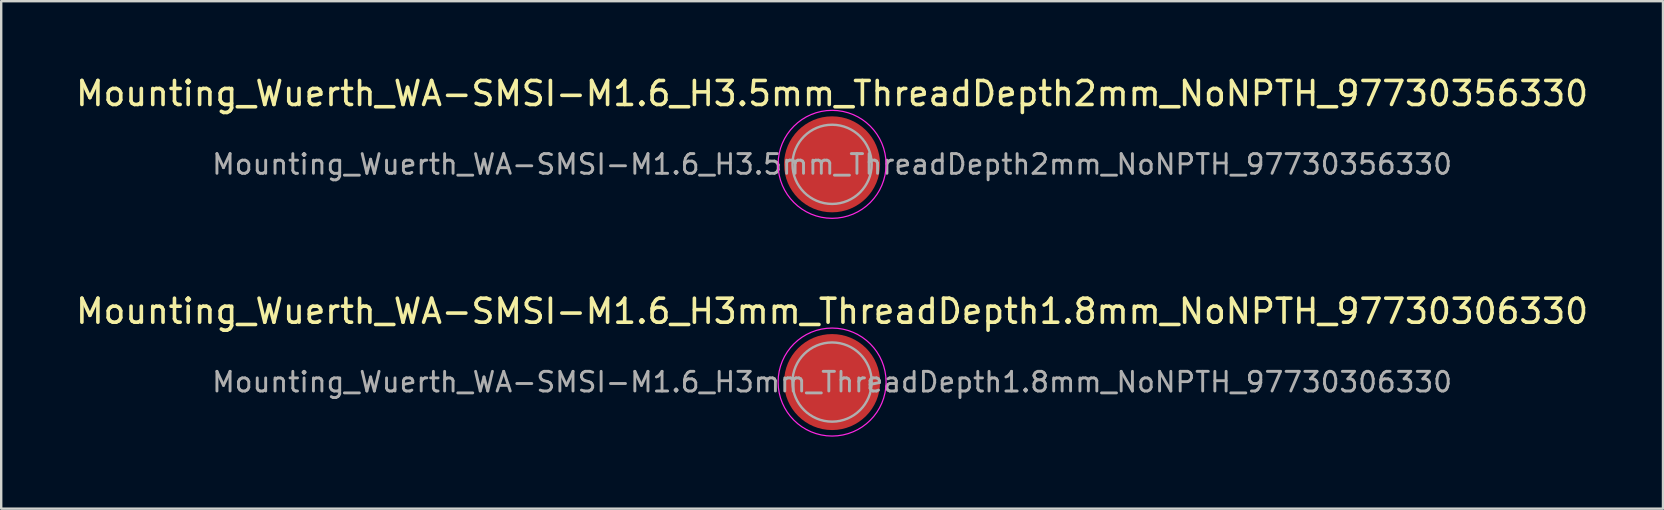
<source format=kicad_pcb>
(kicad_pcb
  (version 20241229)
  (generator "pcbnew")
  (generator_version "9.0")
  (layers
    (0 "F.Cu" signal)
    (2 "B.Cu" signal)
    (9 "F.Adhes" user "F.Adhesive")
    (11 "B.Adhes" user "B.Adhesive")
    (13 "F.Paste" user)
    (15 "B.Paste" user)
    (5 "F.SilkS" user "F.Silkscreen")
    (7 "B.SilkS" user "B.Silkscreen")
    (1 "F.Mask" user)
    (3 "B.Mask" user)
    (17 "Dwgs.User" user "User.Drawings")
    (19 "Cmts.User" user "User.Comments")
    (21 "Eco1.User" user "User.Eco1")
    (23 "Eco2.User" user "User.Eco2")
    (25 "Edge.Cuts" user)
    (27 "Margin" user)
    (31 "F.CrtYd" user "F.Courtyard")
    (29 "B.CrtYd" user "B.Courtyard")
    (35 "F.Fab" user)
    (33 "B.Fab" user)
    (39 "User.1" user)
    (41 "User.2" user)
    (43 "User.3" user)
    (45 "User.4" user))
  (footprint "Mounting_Wuerth_WA-SMSI-M1.6_H3.5mm_ThreadDepth2mm_NoNPTH_97730356330"
    (layer "F.Cu")
    (at 31.625 3.798)
    (property "Reference" "Mounting_Wuerth_WA-SMSI-M1.6_H3.5mm_ThreadDepth2mm_NoNPTH_97730356330" (at 0 -2.95 0) (layer "F.SilkS") (effects (font (size 1 1) (thickness 0.15))))
    (attr smd allow_soldermask_bridges)
    (fp_circle (center 0 0) (end 2.25 0) (stroke (width 0.05) (type solid)) (fill no) (layer "F.CrtYd"))
    (fp_circle (center 0 0) (end 1.65 0) (stroke (width 0.1) (type solid)) (fill no) (layer "F.Fab"))
    (fp_text user "${REFERENCE}" (at 0 0 0) (layer "F.Fab") (effects (font (size 0.82 0.82) (thickness 0.12))))
    (pad "" smd custom (at -0.778 -0.778) (size 0.8 0.8) (layers "F.Paste") (options (anchor circle)) (primitives (gr_arc (start 0.465568 0.527817) (mid 0.494975 0.494975) (end 0.527817 0.465568) (width 0.2)) (gr_arc (start 0.344805 0.527817) (mid 0.424264 0.424264) (end 0.527817 0.344805) (width 0.2)) (gr_arc (start 0.232382 0.527817) (mid 0.353553 0.353553) (end 0.527817 0.232382) (width 0.2)) (gr_arc (start 0.123983 0.527817) (mid 0.282843 0.282843) (end 0.527817 0.123983) (width 0.2)) (gr_arc (start 0.017883 0.527817) (mid 0.212132 0.212132) (end 0.527817 0.017883) (width 0.2)) (gr_arc (start -0.086763 0.527817) (mid 0.141421 0.141421) (end 0.527817 -0.086763) (width 0.2)) (gr_arc (start -0.190428 0.527817) (mid 0.070711 0.070711) (end 0.527817 -0.190428) (width 0.2)) (gr_arc (start -0.293397 0.527817) (mid 0 0) (end 0.527817 -0.293397) (width 0.2)) (gr_arc (start -0.395852 0.527817) (mid -0.070711 -0.070711) (end 0.527817 -0.395852) (width 0.2)) (gr_arc (start -0.497918 0.527817) (mid -0.141421 -0.141421) (end 0.527817 -0.497918) (width 0.2)) (gr_arc (start -0.59968 0.527817) (mid -0.212132 -0.212132) (end 0.527817 -0.59968) (width 0.2)) (gr_arc (start -0.701202 0.527817) (mid -0.282843 -0.282843) (end 0.527817 -0.701202) (width 0.2)) (gr_arc (start -0.802531 0.527817) (mid -0.353553 -0.353553) (end 0.527817 -0.802531) (width 0.2)) (gr_arc (start -0.9037 0.527817) (mid -0.424264 -0.424264) (end 0.527817 -0.9037) (width 0.2)) (gr_arc (start -1.004737 0.527817) (mid -0.494975 -0.494975) (end 0.527817 -1.004737) (width 0.2)) (gr_line (start 0.528 0.466) (end 0.528 -1.005) (width 0.2)) (gr_line (start 0.466 0.528) (end -1.005 0.528) (width 0.2))))
    (pad "" smd custom (at -0.778 0.778) (size 0.8 0.8) (layers "F.Paste") (options (anchor circle)) (primitives (gr_arc (start 0.527817 -0.465568) (mid 0.494975 -0.494975) (end 0.465568 -0.527817) (width 0.2)) (gr_arc (start 0.527817 -0.344805) (mid 0.424264 -0.424264) (end 0.344805 -0.527817) (width 0.2)) (gr_arc (start 0.527817 -0.232382) (mid 0.353553 -0.353553) (end 0.232382 -0.527817) (width 0.2)) (gr_arc (start 0.527817 -0.123983) (mid 0.282843 -0.282843) (end 0.123983 -0.527817) (width 0.2)) (gr_arc (start 0.527817 -0.017883) (mid 0.212132 -0.212132) (end 0.017883 -0.527817) (width 0.2)) (gr_arc (start 0.527817 0.086763) (mid 0.141421 -0.141421) (end -0.086763 -0.527817) (width 0.2)) (gr_arc (start 0.527817 0.190428) (mid 0.070711 -0.070711) (end -0.190428 -0.527817) (width 0.2)) (gr_arc (start 0.527817 0.293397) (mid 0 0) (end -0.293397 -0.527817) (width 0.2)) (gr_arc (start 0.527817 0.395852) (mid -0.070711 0.070711) (end -0.395852 -0.527817) (width 0.2)) (gr_arc (start 0.527817 0.497918) (mid -0.141421 0.141421) (end -0.497918 -0.527817) (width 0.2)) (gr_arc (start 0.527817 0.59968) (mid -0.212132 0.212132) (end -0.59968 -0.527817) (width 0.2)) (gr_arc (start 0.527817 0.701202) (mid -0.282843 0.282843) (end -0.701202 -0.527817) (width 0.2)) (gr_arc (start 0.527817 0.802531) (mid -0.353553 0.353553) (end -0.802531 -0.527817) (width 0.2)) (gr_arc (start 0.527817 0.9037) (mid -0.424264 0.424264) (end -0.9037 -0.527817) (width 0.2)) (gr_arc (start 0.527817 1.004737) (mid -0.494975 0.494975) (end -1.004737 -0.527817) (width 0.2)) (gr_line (start 0.466 -0.528) (end -1.005 -0.528) (width 0.2)) (gr_line (start 0.528 -0.466) (end 0.528 1.005) (width 0.2))))
    (pad "" smd custom (at 0.778 -0.778) (size 0.8 0.8) (layers "F.Paste") (options (anchor circle)) (primitives (gr_arc (start -0.527817 0.465568) (mid -0.494975 0.494975) (end -0.465568 0.527817) (width 0.2)) (gr_arc (start -0.527817 0.344805) (mid -0.424264 0.424264) (end -0.344805 0.527817) (width 0.2)) (gr_arc (start -0.527817 0.232382) (mid -0.353553 0.353553) (end -0.232382 0.527817) (width 0.2)) (gr_arc (start -0.527817 0.123983) (mid -0.282843 0.282843) (end -0.123983 0.527817) (width 0.2)) (gr_arc (start -0.527817 0.017883) (mid -0.212132 0.212132) (end -0.017883 0.527817) (width 0.2)) (gr_arc (start -0.527817 -0.086763) (mid -0.141421 0.141421) (end 0.086763 0.527817) (width 0.2)) (gr_arc (start -0.527817 -0.190428) (mid -0.070711 0.070711) (end 0.190428 0.527817) (width 0.2)) (gr_arc (start -0.527817 -0.293397) (mid 0 0) (end 0.293397 0.527817) (width 0.2)) (gr_arc (start -0.527817 -0.395852) (mid 0.070711 -0.070711) (end 0.395852 0.527817) (width 0.2)) (gr_arc (start -0.527817 -0.497918) (mid 0.141421 -0.141421) (end 0.497918 0.527817) (width 0.2)) (gr_arc (start -0.527817 -0.59968) (mid 0.212132 -0.212132) (end 0.59968 0.527817) (width 0.2)) (gr_arc (start -0.527817 -0.701202) (mid 0.282843 -0.282843) (end 0.701202 0.527817) (width 0.2)) (gr_arc (start -0.527817 -0.802531) (mid 0.353553 -0.353553) (end 0.802531 0.527817) (width 0.2)) (gr_arc (start -0.527817 -0.9037) (mid 0.424264 -0.424264) (end 0.9037 0.527817) (width 0.2)) (gr_arc (start -0.527817 -1.004737) (mid 0.494975 -0.494975) (end 1.004737 0.527817) (width 0.2)) (gr_line (start -0.466 0.528) (end 1.005 0.528) (width 0.2)) (gr_line (start -0.528 0.466) (end -0.528 -1.005) (width 0.2))))
    (pad "" smd custom (at 0.778 0.778) (size 0.8 0.8) (layers "F.Paste") (options (anchor circle)) (primitives (gr_arc (start -0.465568 -0.527817) (mid -0.494975 -0.494975) (end -0.527817 -0.465568) (width 0.2)) (gr_arc (start -0.344805 -0.527817) (mid -0.424264 -0.424264) (end -0.527817 -0.344805) (width 0.2)) (gr_arc (start -0.232382 -0.527817) (mid -0.353553 -0.353553) (end -0.527817 -0.232382) (width 0.2)) (gr_arc (start -0.123983 -0.527817) (mid -0.282843 -0.282843) (end -0.527817 -0.123983) (width 0.2)) (gr_arc (start -0.017883 -0.527817) (mid -0.212132 -0.212132) (end -0.527817 -0.017883) (width 0.2)) (gr_arc (start 0.086763 -0.527817) (mid -0.141421 -0.141421) (end -0.527817 0.086763) (width 0.2)) (gr_arc (start 0.190428 -0.527817) (mid -0.070711 -0.070711) (end -0.527817 0.190428) (width 0.2)) (gr_arc (start 0.293397 -0.527817) (mid 0 0) (end -0.527817 0.293397) (width 0.2)) (gr_arc (start 0.395852 -0.527817) (mid 0.070711 0.070711) (end -0.527817 0.395852) (width 0.2)) (gr_arc (start 0.497918 -0.527817) (mid 0.141421 0.141421) (end -0.527817 0.497918) (width 0.2)) (gr_arc (start 0.59968 -0.527817) (mid 0.212132 0.212132) (end -0.527817 0.59968) (width 0.2)) (gr_arc (start 0.701202 -0.527817) (mid 0.282843 0.282843) (end -0.527817 0.701202) (width 0.2)) (gr_arc (start 0.802531 -0.527817) (mid 0.353553 0.353553) (end -0.527817 0.802531) (width 0.2)) (gr_arc (start 0.9037 -0.527817) (mid 0.424264 0.424264) (end -0.527817 0.9037) (width 0.2)) (gr_arc (start 1.004737 -0.527817) (mid 0.494975 0.494975) (end -0.527817 1.004737) (width 0.2)) (gr_line (start -0.528 -0.466) (end -0.528 1.005) (width 0.2)) (gr_line (start -0.466 -0.528) (end 1.005 -0.528) (width 0.2))))
    (pad "1" smd circle (at 0 0) (size 4 4) (layers "F.Cu" "F.Mask")))
  (footprint "Mounting_Wuerth_WA-SMSI-M1.6_H3mm_ThreadDepth1.8mm_NoNPTH_97730306330"
    (layer "F.Cu")
    (at 31.625 12.871)
    (property "Reference" "Mounting_Wuerth_WA-SMSI-M1.6_H3mm_ThreadDepth1.8mm_NoNPTH_97730306330" (at 0 -2.95 0) (layer "F.SilkS") (effects (font (size 1 1) (thickness 0.15))))
    (attr smd allow_soldermask_bridges)
    (fp_circle (center 0 0) (end 2.25 0) (stroke (width 0.05) (type solid)) (fill no) (layer "F.CrtYd"))
    (fp_circle (center 0 0) (end 1.65 0) (stroke (width 0.1) (type solid)) (fill no) (layer "F.Fab"))
    (fp_text user "${REFERENCE}" (at 0 0 0) (layer "F.Fab") (effects (font (size 0.82 0.82) (thickness 0.12))))
    (pad "" smd custom (at -0.778 -0.778) (size 0.8 0.8) (layers "F.Paste") (options (anchor circle)) (primitives (gr_arc (start 0.465568 0.527817) (mid 0.494975 0.494975) (end 0.527817 0.465568) (width 0.2)) (gr_arc (start 0.344805 0.527817) (mid 0.424264 0.424264) (end 0.527817 0.344805) (width 0.2)) (gr_arc (start 0.232382 0.527817) (mid 0.353553 0.353553) (end 0.527817 0.232382) (width 0.2)) (gr_arc (start 0.123983 0.527817) (mid 0.282843 0.282843) (end 0.527817 0.123983) (width 0.2)) (gr_arc (start 0.017883 0.527817) (mid 0.212132 0.212132) (end 0.527817 0.017883) (width 0.2)) (gr_arc (start -0.086763 0.527817) (mid 0.141421 0.141421) (end 0.527817 -0.086763) (width 0.2)) (gr_arc (start -0.190428 0.527817) (mid 0.070711 0.070711) (end 0.527817 -0.190428) (width 0.2)) (gr_arc (start -0.293397 0.527817) (mid 0 0) (end 0.527817 -0.293397) (width 0.2)) (gr_arc (start -0.395852 0.527817) (mid -0.070711 -0.070711) (end 0.527817 -0.395852) (width 0.2)) (gr_arc (start -0.497918 0.527817) (mid -0.141421 -0.141421) (end 0.527817 -0.497918) (width 0.2)) (gr_arc (start -0.59968 0.527817) (mid -0.212132 -0.212132) (end 0.527817 -0.59968) (width 0.2)) (gr_arc (start -0.701202 0.527817) (mid -0.282843 -0.282843) (end 0.527817 -0.701202) (width 0.2)) (gr_arc (start -0.802531 0.527817) (mid -0.353553 -0.353553) (end 0.527817 -0.802531) (width 0.2)) (gr_arc (start -0.9037 0.527817) (mid -0.424264 -0.424264) (end 0.527817 -0.9037) (width 0.2)) (gr_arc (start -1.004737 0.527817) (mid -0.494975 -0.494975) (end 0.527817 -1.004737) (width 0.2)) (gr_line (start 0.528 0.466) (end 0.528 -1.005) (width 0.2)) (gr_line (start 0.466 0.528) (end -1.005 0.528) (width 0.2))))
    (pad "" smd custom (at -0.778 0.778) (size 0.8 0.8) (layers "F.Paste") (options (anchor circle)) (primitives (gr_arc (start 0.527817 -0.465568) (mid 0.494975 -0.494975) (end 0.465568 -0.527817) (width 0.2)) (gr_arc (start 0.527817 -0.344805) (mid 0.424264 -0.424264) (end 0.344805 -0.527817) (width 0.2)) (gr_arc (start 0.527817 -0.232382) (mid 0.353553 -0.353553) (end 0.232382 -0.527817) (width 0.2)) (gr_arc (start 0.527817 -0.123983) (mid 0.282843 -0.282843) (end 0.123983 -0.527817) (width 0.2)) (gr_arc (start 0.527817 -0.017883) (mid 0.212132 -0.212132) (end 0.017883 -0.527817) (width 0.2)) (gr_arc (start 0.527817 0.086763) (mid 0.141421 -0.141421) (end -0.086763 -0.527817) (width 0.2)) (gr_arc (start 0.527817 0.190428) (mid 0.070711 -0.070711) (end -0.190428 -0.527817) (width 0.2)) (gr_arc (start 0.527817 0.293397) (mid 0 0) (end -0.293397 -0.527817) (width 0.2)) (gr_arc (start 0.527817 0.395852) (mid -0.070711 0.070711) (end -0.395852 -0.527817) (width 0.2)) (gr_arc (start 0.527817 0.497918) (mid -0.141421 0.141421) (end -0.497918 -0.527817) (width 0.2)) (gr_arc (start 0.527817 0.59968) (mid -0.212132 0.212132) (end -0.59968 -0.527817) (width 0.2)) (gr_arc (start 0.527817 0.701202) (mid -0.282843 0.282843) (end -0.701202 -0.527817) (width 0.2)) (gr_arc (start 0.527817 0.802531) (mid -0.353553 0.353553) (end -0.802531 -0.527817) (width 0.2)) (gr_arc (start 0.527817 0.9037) (mid -0.424264 0.424264) (end -0.9037 -0.527817) (width 0.2)) (gr_arc (start 0.527817 1.004737) (mid -0.494975 0.494975) (end -1.004737 -0.527817) (width 0.2)) (gr_line (start 0.466 -0.528) (end -1.005 -0.528) (width 0.2)) (gr_line (start 0.528 -0.466) (end 0.528 1.005) (width 0.2))))
    (pad "" smd custom (at 0.778 -0.778) (size 0.8 0.8) (layers "F.Paste") (options (anchor circle)) (primitives (gr_arc (start -0.527817 0.465568) (mid -0.494975 0.494975) (end -0.465568 0.527817) (width 0.2)) (gr_arc (start -0.527817 0.344805) (mid -0.424264 0.424264) (end -0.344805 0.527817) (width 0.2)) (gr_arc (start -0.527817 0.232382) (mid -0.353553 0.353553) (end -0.232382 0.527817) (width 0.2)) (gr_arc (start -0.527817 0.123983) (mid -0.282843 0.282843) (end -0.123983 0.527817) (width 0.2)) (gr_arc (start -0.527817 0.017883) (mid -0.212132 0.212132) (end -0.017883 0.527817) (width 0.2)) (gr_arc (start -0.527817 -0.086763) (mid -0.141421 0.141421) (end 0.086763 0.527817) (width 0.2)) (gr_arc (start -0.527817 -0.190428) (mid -0.070711 0.070711) (end 0.190428 0.527817) (width 0.2)) (gr_arc (start -0.527817 -0.293397) (mid 0 0) (end 0.293397 0.527817) (width 0.2)) (gr_arc (start -0.527817 -0.395852) (mid 0.070711 -0.070711) (end 0.395852 0.527817) (width 0.2)) (gr_arc (start -0.527817 -0.497918) (mid 0.141421 -0.141421) (end 0.497918 0.527817) (width 0.2)) (gr_arc (start -0.527817 -0.59968) (mid 0.212132 -0.212132) (end 0.59968 0.527817) (width 0.2)) (gr_arc (start -0.527817 -0.701202) (mid 0.282843 -0.282843) (end 0.701202 0.527817) (width 0.2)) (gr_arc (start -0.527817 -0.802531) (mid 0.353553 -0.353553) (end 0.802531 0.527817) (width 0.2)) (gr_arc (start -0.527817 -0.9037) (mid 0.424264 -0.424264) (end 0.9037 0.527817) (width 0.2)) (gr_arc (start -0.527817 -1.004737) (mid 0.494975 -0.494975) (end 1.004737 0.527817) (width 0.2)) (gr_line (start -0.466 0.528) (end 1.005 0.528) (width 0.2)) (gr_line (start -0.528 0.466) (end -0.528 -1.005) (width 0.2))))
    (pad "" smd custom (at 0.778 0.778) (size 0.8 0.8) (layers "F.Paste") (options (anchor circle)) (primitives (gr_arc (start -0.465568 -0.527817) (mid -0.494975 -0.494975) (end -0.527817 -0.465568) (width 0.2)) (gr_arc (start -0.344805 -0.527817) (mid -0.424264 -0.424264) (end -0.527817 -0.344805) (width 0.2)) (gr_arc (start -0.232382 -0.527817) (mid -0.353553 -0.353553) (end -0.527817 -0.232382) (width 0.2)) (gr_arc (start -0.123983 -0.527817) (mid -0.282843 -0.282843) (end -0.527817 -0.123983) (width 0.2)) (gr_arc (start -0.017883 -0.527817) (mid -0.212132 -0.212132) (end -0.527817 -0.017883) (width 0.2)) (gr_arc (start 0.086763 -0.527817) (mid -0.141421 -0.141421) (end -0.527817 0.086763) (width 0.2)) (gr_arc (start 0.190428 -0.527817) (mid -0.070711 -0.070711) (end -0.527817 0.190428) (width 0.2)) (gr_arc (start 0.293397 -0.527817) (mid 0 0) (end -0.527817 0.293397) (width 0.2)) (gr_arc (start 0.395852 -0.527817) (mid 0.070711 0.070711) (end -0.527817 0.395852) (width 0.2)) (gr_arc (start 0.497918 -0.527817) (mid 0.141421 0.141421) (end -0.527817 0.497918) (width 0.2)) (gr_arc (start 0.59968 -0.527817) (mid 0.212132 0.212132) (end -0.527817 0.59968) (width 0.2)) (gr_arc (start 0.701202 -0.527817) (mid 0.282843 0.282843) (end -0.527817 0.701202) (width 0.2)) (gr_arc (start 0.802531 -0.527817) (mid 0.353553 0.353553) (end -0.527817 0.802531) (width 0.2)) (gr_arc (start 0.9037 -0.527817) (mid 0.424264 0.424264) (end -0.527817 0.9037) (width 0.2)) (gr_arc (start 1.004737 -0.527817) (mid 0.494975 0.494975) (end -0.527817 1.004737) (width 0.2)) (gr_line (start -0.528 -0.466) (end -0.528 1.005) (width 0.2)) (gr_line (start -0.466 -0.528) (end 1.005 -0.528) (width 0.2))))
    (pad "1" smd circle (at 0 0) (size 4 4) (layers "F.Cu" "F.Mask")))
  (gr_rect
    (start -3 -3)
    (end 66.25 18.146)
    (stroke (width 0.1) (type default))
    (fill no)
    (layer "Edge.Cuts")))
</source>
